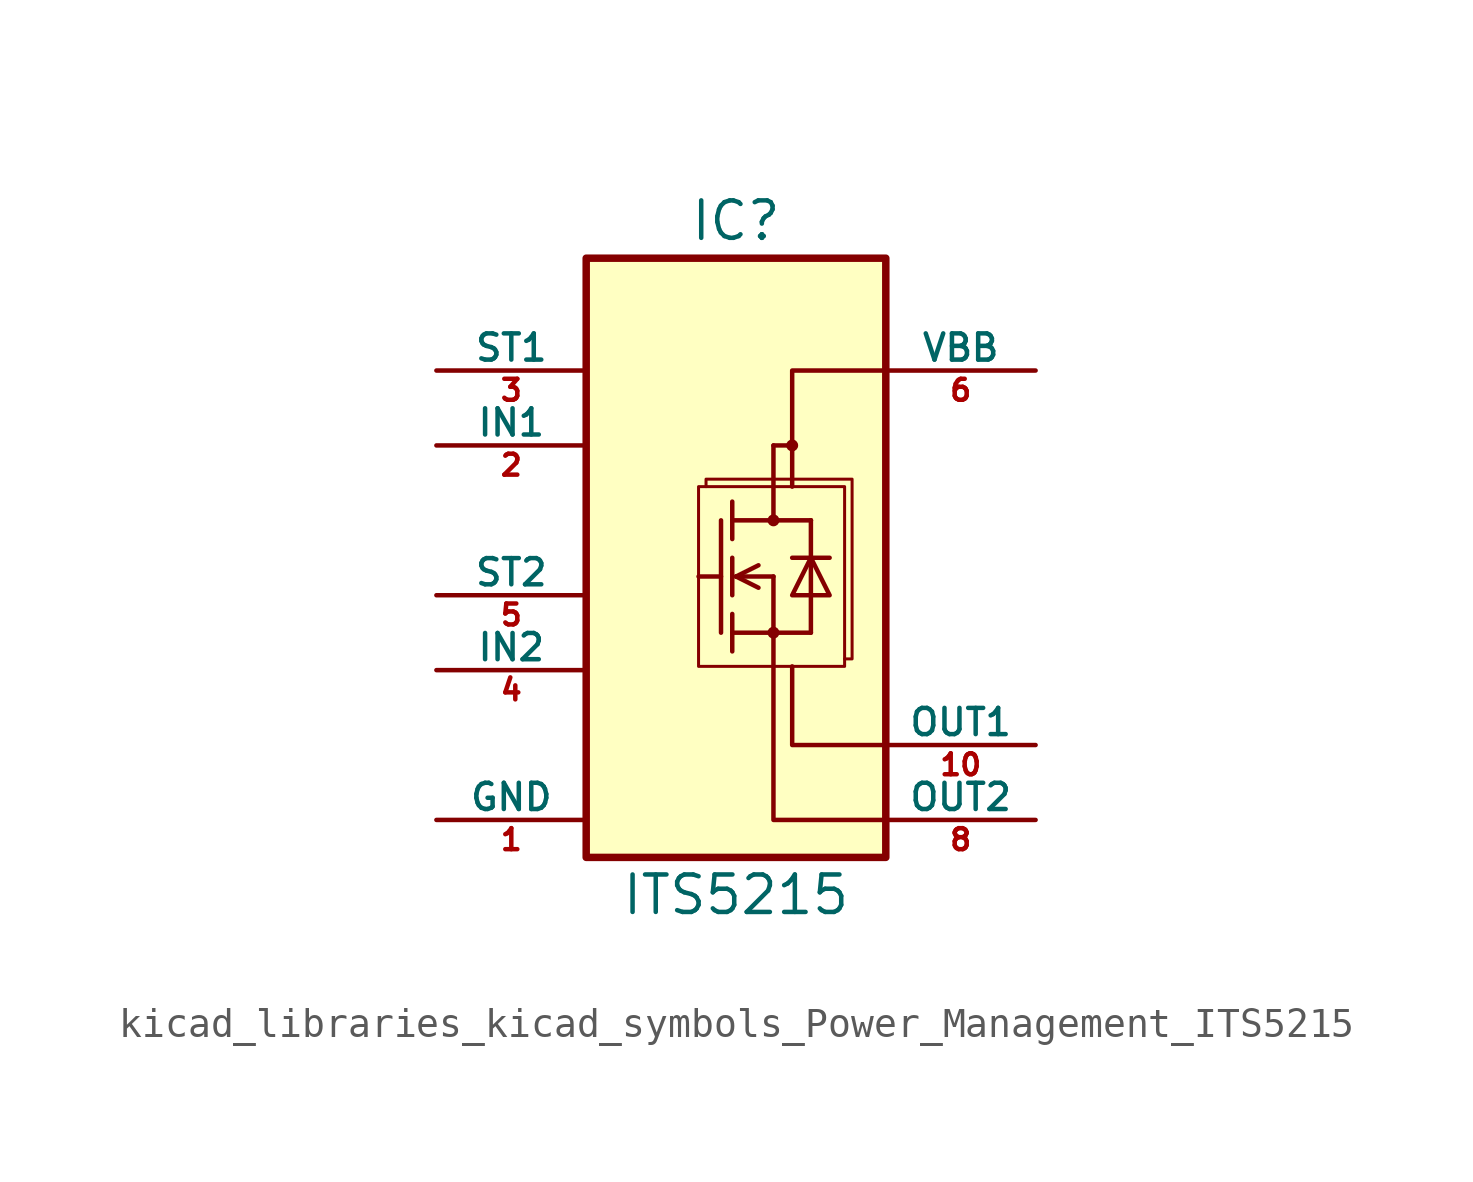
<source format=kicad_sym>
(kicad_symbol_lib
  (version 20220914)
  (generator kicad_symbol_editor)
  (symbol "kicad_libraries_kicad_symbols_Power_Management_ITS5215"
    (pin_names
      (offset 0))
    (property "Reference" "IC"
      (at 0 12.7 0)
      (effects (font (size 1.27 1.27))))
    (property "Value" "ITS5215"
      (at 0 -10.16 0)
      (effects (font (size 1.27 1.27))))
    (symbol "kicad_libraries_kicad_symbols_Power_Management_ITS5215_0_1"
      (rectangle (start -5.08 11.43) (end 5.08 -8.89) (stroke (width 0.254) (type default)) (fill (type background)))
      (rectangle (start -1.27 3.683) (end 3.683 -2.413) (stroke (width 0.102) (type default)) (fill (type none)))
      (polyline (pts (xy -1.27 0.635) (xy -0.508 0.635)) (stroke (width 0.152) (type default)) (fill (type none)))
      (polyline (pts (xy -0.508 2.54) (xy -0.508 -1.27)) (stroke (width 0.152) (type default)) (fill (type none)))
      (polyline (pts (xy -0.127 -1.27) (xy 2.54 -1.27)) (stroke (width 0.152) (type default)) (fill (type none)))
      (polyline (pts (xy -0.127 -0.635) (xy -0.127 -1.905)) (stroke (width 0.152) (type default)) (fill (type none)))
      (polyline (pts (xy -0.127 1.27) (xy -0.127 0)) (stroke (width 0.152) (type default)) (fill (type none)))
      (polyline (pts (xy -0.127 3.175) (xy -0.127 1.905)) (stroke (width 0.152) (type default)) (fill (type none)))
      (polyline (pts (xy 0 0.635) (xy 0.762 0.254)) (stroke (width 0.152) (type default)) (fill (type none)))
      (polyline (pts (xy 0 0.635) (xy 0.762 1.016)) (stroke (width 0.152) (type default)) (fill (type none)))
      (polyline (pts (xy 0 0.635) (xy 1.27 0.635)) (stroke (width 0.152) (type default)) (fill (type none)))
      (polyline (pts (xy 1.27 2.54) (xy 1.27 5.08)) (stroke (width 0) (type default)) (fill (type none)))
      (polyline (pts (xy 1.905 1.27) (xy 3.175 1.27)) (stroke (width 0.152) (type default)) (fill (type none)))
      (polyline (pts (xy 2.54 2.54) (xy -0.127 2.54)) (stroke (width 0.152) (type default)) (fill (type none)))
      (polyline (pts (xy 2.54 2.54) (xy 2.54 -1.27)) (stroke (width 0.152) (type default)) (fill (type none)))
      (polyline (pts (xy 2.54 2.54) (xy 2.54 2.54)) (stroke (width 0) (type default)) (fill (type none)))
      (polyline (pts (xy 1.27 0.635) (xy 1.27 0) (xy 1.27 -1.27)) (stroke (width 0.152) (type default)) (fill (type none)))
      (polyline (pts (xy 1.27 5.08) (xy 1.905 5.08) (xy 1.905 3.683)) (stroke (width 0.152) (type default)) (fill (type none)))
      (polyline (pts (xy 1.905 -2.413) (xy 1.905 -5.08) (xy 5.08 -5.08)) (stroke (width 0.152) (type default)) (fill (type none)))
      (polyline (pts (xy 5.08 -7.62) (xy 1.27 -7.62) (xy 1.27 -1.27)) (stroke (width 0.152) (type default)) (fill (type none)))
      (polyline (pts (xy 5.08 7.62) (xy 1.905 7.62) (xy 1.905 5.08)) (stroke (width 0.152) (type default)) (fill (type none)))
      (polyline (pts (xy 2.54 1.27) (xy 1.905 0) (xy 3.175 0) (xy 2.54 1.27)) (stroke (width 0.152) (type default)) (fill (type none)))
      (polyline (pts (xy -1.016 3.683) (xy -1.016 3.937) (xy 3.937 3.937) (xy 3.937 -2.159) (xy 3.683 -2.159)) (stroke (width 0.102) (type default)) (fill (type none)))
      (circle (center 1.27 -1.27) (radius 0.127) (stroke (width 0.152) (type default)) (fill (type none)))
      (circle (center 1.27 2.54) (radius 0.127) (stroke (width 0.152) (type default)) (fill (type none)))
      (circle (center 1.905 5.08) (radius 0.127) (stroke (width 0.152) (type default)) (fill (type none))))
    (symbol "kicad_libraries_kicad_symbols_Power_Management_ITS5215_1_1"
      (pin power_in line (at -10.16 -7.62 0) (length 5.08) (name "GND" (effects (font (size 0.889 0.889)))) (number "1" (effects (font (size 0.711 0.711)))))
      (pin open_emitter line (at 10.16 -5.08 180) (length 5.08) (name "OUT1" (effects (font (size 0.889 0.889)))) (number "10" (effects (font (size 0.711 0.711)))))
      (pin no_connect line (at 5.08 -2.54 180) (length 5.08) hide (name "NC" (effects (font (size 0.889 0.889)))) (number "11" (effects (font (size 0.711 0.711)))))
      (pin passive line (at 10.16 7.62 180) (length 5.08) hide (name "VBB" (effects (font (size 0.889 0.889)))) (number "12" (effects (font (size 0.711 0.711)))))
      (pin passive line (at 10.16 7.62 180) (length 5.08) hide (name "VBB" (effects (font (size 0.889 0.889)))) (number "13" (effects (font (size 0.711 0.711)))))
      (pin input line (at -10.16 5.08 0) (length 5.08) (name "IN1" (effects (font (size 0.889 0.889)))) (number "2" (effects (font (size 0.711 0.711)))))
      (pin open_collector line (at -10.16 7.62 0) (length 5.08) (name "ST1" (effects (font (size 0.889 0.889)))) (number "3" (effects (font (size 0.711 0.711)))))
      (pin input line (at -10.16 -2.54 0) (length 5.08) (name "IN2" (effects (font (size 0.889 0.889)))) (number "4" (effects (font (size 0.711 0.711)))))
      (pin open_collector line (at -10.16 0 0) (length 5.08) (name "ST2" (effects (font (size 0.889 0.889)))) (number "5" (effects (font (size 0.711 0.711)))))
      (pin power_in line (at 10.16 7.62 180) (length 5.08) (name "VBB" (effects (font (size 0.889 0.889)))) (number "6" (effects (font (size 0.711 0.711)))))
      (pin no_connect line (at 5.08 2.54 180) (length 5.08) hide (name "NC" (effects (font (size 0.889 0.889)))) (number "7" (effects (font (size 0.711 0.711)))))
      (pin open_emitter line (at 10.16 -7.62 180) (length 5.08) (name "OUT2" (effects (font (size 0.889 0.889)))) (number "8" (effects (font (size 0.711 0.711)))))
      (pin no_connect line (at 5.08 0 180) (length 5.08) hide (name "NC" (effects (font (size 0.889 0.889)))) (number "9" (effects (font (size 0.711 0.711))))))))
</source>
